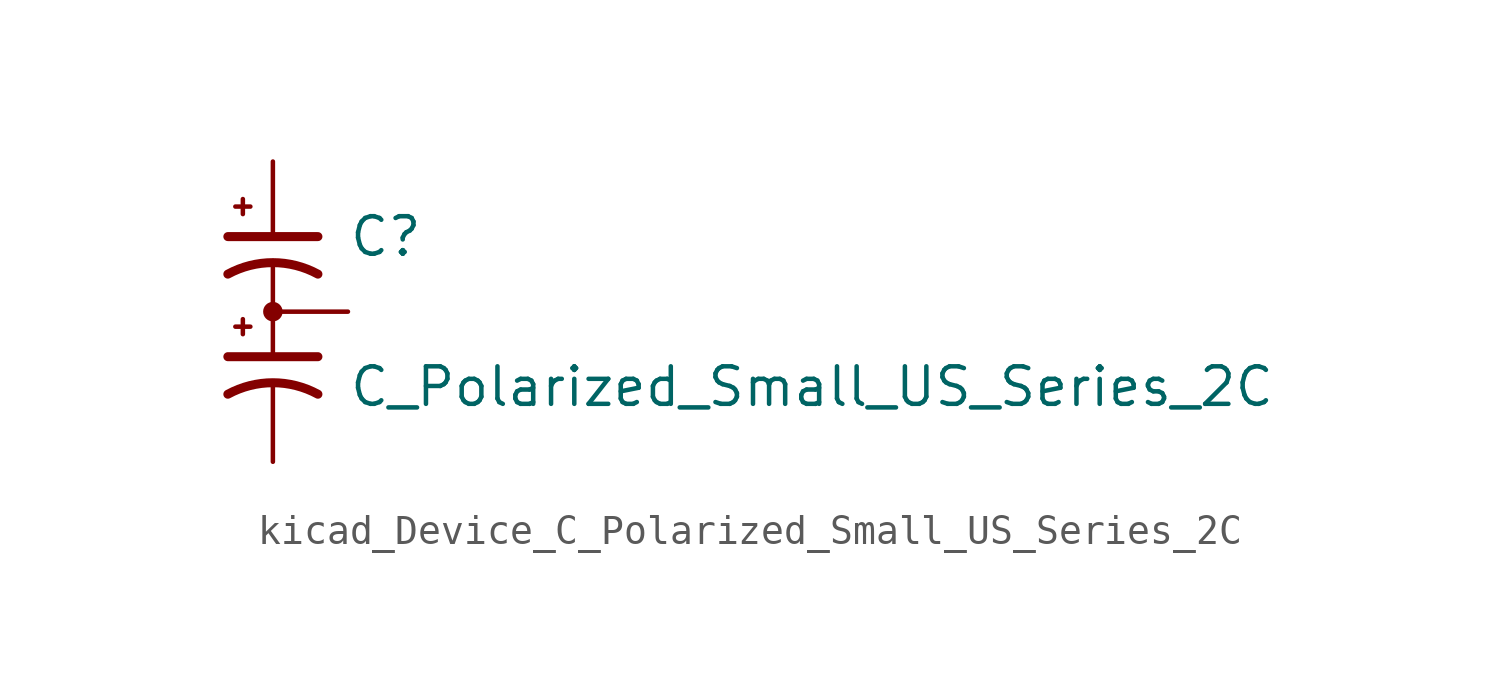
<source format=kicad_sym>
(kicad_symbol_lib
  (version 20220914)
  (generator kicad_symbol_editor)
  (symbol "kicad_Device_C_Polarized_Small_US_Series_2C"
    (pin_numbers hide)
    (pin_names hide)
    (property "Reference" "C"
      (at 2.54 2.54 0)
      (effects (font (size 1.27 1.27)) (justify left)))
    (property "Value" "C_Polarized_Small_US_Series_2C"
      (at 2.54 -2.54 0)
      (effects (font (size 1.27 1.27)) (justify left)))
    (symbol "kicad_Device_C_Polarized_Small_US_Series_2C_0_1"
      (polyline (pts (xy -1.524 -1.524) (xy 1.524 -1.524)) (stroke (width 0.305) (type default)) (fill (type none)))
      (polyline (pts (xy -1.524 2.54) (xy 1.524 2.54)) (stroke (width 0.305) (type default)) (fill (type none)))
      (polyline (pts (xy -1.27 -0.508) (xy -0.762 -0.508)) (stroke (width 0) (type default)) (fill (type none)))
      (polyline (pts (xy -1.27 3.556) (xy -0.762 3.556)) (stroke (width 0) (type default)) (fill (type none)))
      (polyline (pts (xy -1.016 -0.762) (xy -1.016 -0.254)) (stroke (width 0) (type default)) (fill (type none)))
      (polyline (pts (xy -1.016 3.302) (xy -1.016 3.81)) (stroke (width 0) (type default)) (fill (type none)))
      (polyline (pts (xy 0 1.524) (xy 0 -1.524)) (stroke (width 0.152) (type default)) (fill (type none)))
      (circle (center 0 0) (radius 0.254) (stroke (width 0) (type default)) (fill (type outline)))
      (arc (start 1.524 -2.794) (mid 0 -2.4054) (end -1.524 -2.794) (stroke (width 0.3048) (type default)) (fill (type none)))
      (arc (start 1.524 1.27) (mid 0 1.6586) (end -1.524 1.27) (stroke (width 0.3048) (type default)) (fill (type none))))
    (symbol "kicad_Device_C_Polarized_Small_US_Series_2C_1_1"
      (pin passive line (at 0 5.08 270) (length 2.54) (name "~" (effects (font (size 1.27 1.27)))) (number "1" (effects (font (size 1.27 1.27)))))
      (pin passive line (at 2.54 0 180) (length 2.54) (name "~" (effects (font (size 1.27 1.27)))) (number "2" (effects (font (size 1.27 1.27)))))
      (pin passive line (at 0 -5.08 90) (length 2.54) (name "~" (effects (font (size 1.27 1.27)))) (number "3" (effects (font (size 1.27 1.27))))))))
</source>
